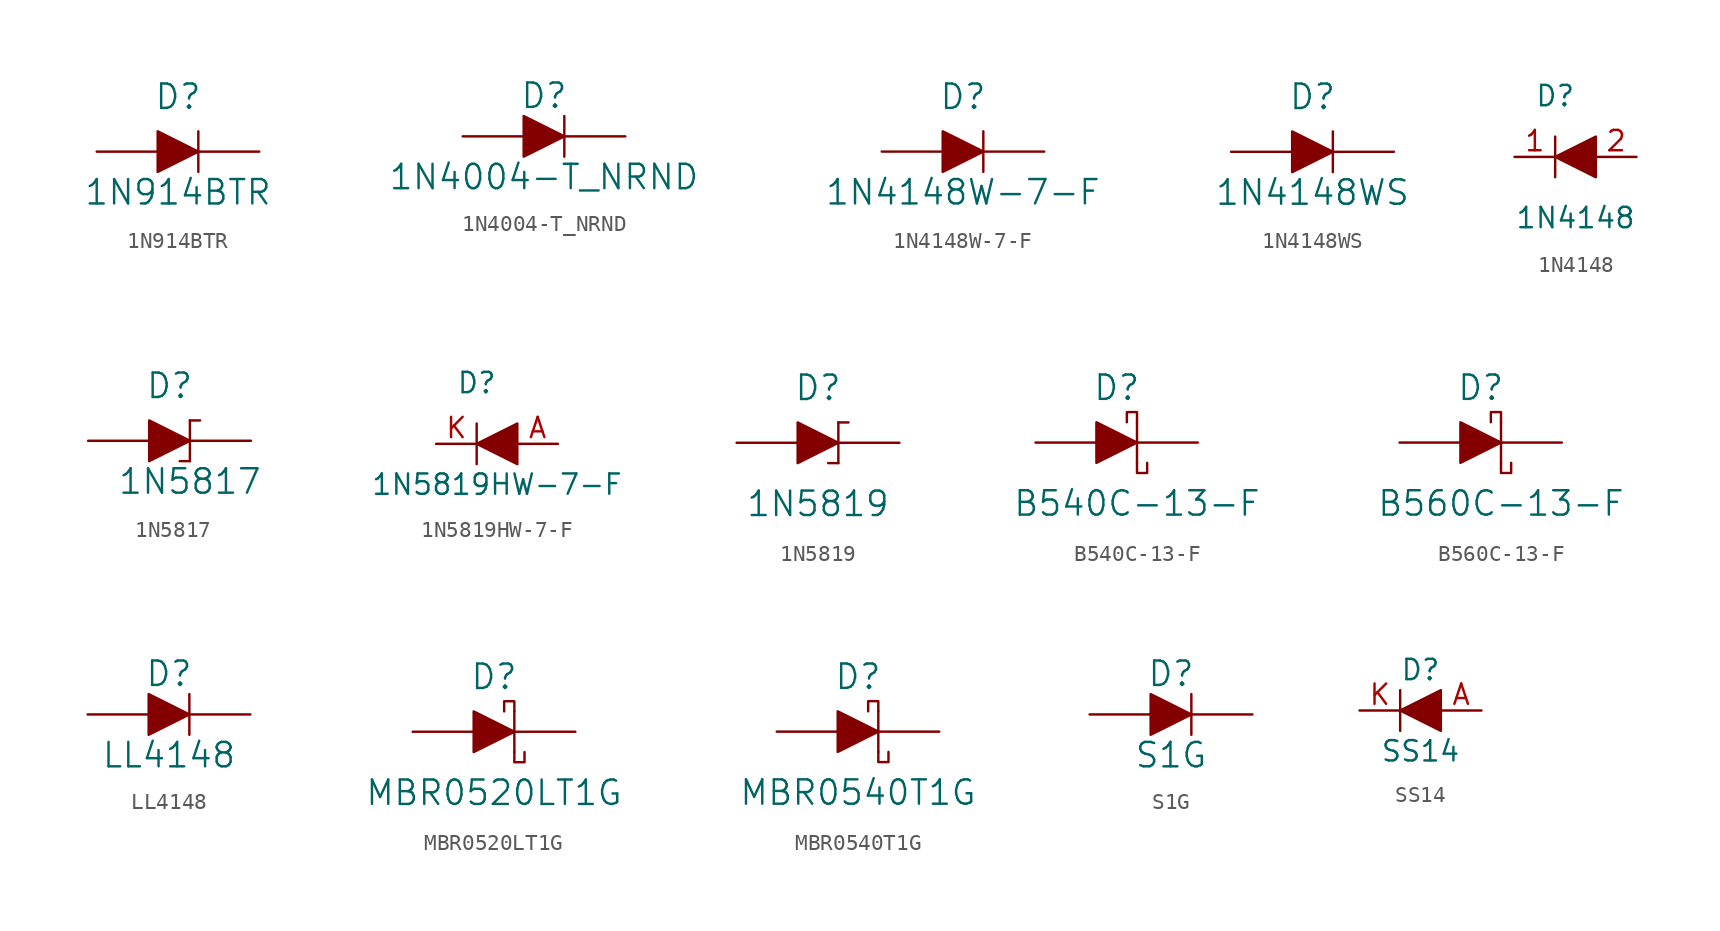
<source format=kicad_sym>
(kicad_symbol_lib
  (version 20201005)
  (generator kicad_symbol_editor)
  (symbol "1N914BTR"
    (pin_numbers hide)
    (pin_names
      (offset 0) hide)
    (property "Reference" "D"
      (at 0 2.54 0)
      (effects (font (size 1.524 1.524)) (justify bottom)))
    (property "Value" "1N914BTR"
      (at 0 -2.54 0)
      (effects (font (size 1.524 1.524))))
    (symbol "1N914BTR_0_1"
      (polyline (pts (xy 1.27 1.27) (xy 1.27 -1.27)) (stroke (width 0)) (fill (type none)))
      (polyline (pts (xy -1.27 1.27) (xy -1.27 -1.27) (xy 1.27 0) (xy -1.27 1.27)) (stroke (width 0)) (fill (type outline))))
    (symbol "1N914BTR_1_1"
      (pin passive line (at -5.08 0 0) (length 3.81) (name "~" (effects (font (size 1.27 1.27)))) (number "A" (effects (font (size 1.27 1.27)))))
      (pin passive line (at 5.08 0 180) (length 3.81) (name "~" (effects (font (size 1.27 1.27)))) (number "K" (effects (font (size 1.27 1.27)))))))
  (symbol "1N4004-T_NRND"
    (pin_numbers hide)
    (pin_names
      (offset 0) hide)
    (property "Reference" "D"
      (at 0 2.54 0)
      (effects (font (size 1.524 1.524))))
    (property "Value" "1N4004-T_NRND"
      (at 0 -2.54 0)
      (effects (font (size 1.524 1.524))))
    (symbol "1N4004-T_NRND_0_1"
      (polyline (pts (xy 1.27 1.27) (xy 1.27 -1.27)) (stroke (width 0)) (fill (type none)))
      (polyline (pts (xy -1.27 1.27) (xy -1.27 -1.27) (xy 1.27 0) (xy -1.27 1.27)) (stroke (width 0)) (fill (type outline))))
    (symbol "1N4004-T_NRND_1_1"
      (pin passive line (at -5.08 0 0) (length 3.81) (name "~" (effects (font (size 1.27 1.27)))) (number "A" (effects (font (size 1.27 1.27)))))
      (pin passive line (at 5.08 0 180) (length 3.81) (name "~" (effects (font (size 1.27 1.27)))) (number "K" (effects (font (size 1.27 1.27)))))))
  (symbol "1N4148W-7-F"
    (pin_numbers hide)
    (pin_names
      (offset 0) hide)
    (property "Reference" "D"
      (at 0 2.54 0)
      (effects (font (size 1.524 1.524)) (justify bottom)))
    (property "Value" "1N4148W-7-F"
      (at 0 -2.54 0)
      (effects (font (size 1.524 1.524))))
    (symbol "1N4148W-7-F_0_1"
      (polyline (pts (xy 1.27 1.27) (xy 1.27 -1.27)) (stroke (width 0)) (fill (type none)))
      (polyline (pts (xy -1.27 1.27) (xy -1.27 -1.27) (xy 1.27 0) (xy -1.27 1.27)) (stroke (width 0)) (fill (type outline))))
    (symbol "1N4148W-7-F_1_1"
      (pin passive line (at -5.08 0 0) (length 3.81) (name "~" (effects (font (size 1.27 1.27)))) (number "A" (effects (font (size 1.27 1.27)))))
      (pin passive line (at 5.08 0 180) (length 3.81) (name "~" (effects (font (size 1.27 1.27)))) (number "K" (effects (font (size 1.27 1.27)))))))
  (symbol "1N4148WS"
    (pin_numbers hide)
    (pin_names
      (offset 0) hide)
    (property "Reference" "D"
      (at 0 2.54 0)
      (effects (font (size 1.524 1.524)) (justify bottom)))
    (property "Value" "1N4148WS"
      (at 0 -2.54 0)
      (effects (font (size 1.524 1.524))))
    (symbol "1N4148WS_0_1"
      (polyline (pts (xy 1.27 1.27) (xy 1.27 -1.27)) (stroke (width 0)) (fill (type none)))
      (polyline (pts (xy -1.27 1.27) (xy -1.27 -1.27) (xy 1.27 0) (xy -1.27 1.27)) (stroke (width 0)) (fill (type outline))))
    (symbol "1N4148WS_1_1"
      (pin passive line (at -5.08 0 0) (length 3.81) (name "~" (effects (font (size 1.27 1.27)))) (number "A" (effects (font (size 1.27 1.27)))))
      (pin passive line (at 5.08 0 180) (length 3.81) (name "~" (effects (font (size 1.27 1.27)))) (number "K" (effects (font (size 1.27 1.27)))))))
  (symbol "1N4148"
    (pin_names
      (offset 1.016))
    (property "Reference" "D"
      (at 0 3.81 0)
      (effects (font (size 1.27 1.27))))
    (property "Value" "1N4148"
      (at 1.27 -3.81 0)
      (effects (font (size 1.27 1.27))))
    (symbol "1N4148_0_1"
      (polyline (pts (xy 0 0) (xy 2.54 0)) (stroke (width 0)) (fill (type none)))
      (polyline (pts (xy 0 1.27) (xy 0 -1.27)) (stroke (width 0)) (fill (type none)))
      (polyline (pts (xy 2.54 1.27) (xy 2.54 -1.27) (xy 0 0) (xy 2.54 1.27)) (stroke (width 0)) (fill (type outline))))
    (symbol "1N4148_1_1"
      (pin passive line (at -2.54 0 0) (length 2.54) (name "~" (effects (font (size 1.27 1.27)))) (number "1" (effects (font (size 1.27 1.27)))))
      (pin passive line (at 5.08 0 180) (length 2.54) (name "~" (effects (font (size 1.27 1.27)))) (number "2" (effects (font (size 1.27 1.27)))))))
  (symbol "1N5817"
    (pin_numbers hide)
    (pin_names
      (offset 0) hide)
    (property "Reference" "D"
      (at 0 2.54 0)
      (effects (font (size 1.524 1.524)) (justify bottom)))
    (property "Value" "1N5817"
      (at 1.27 -2.54 0)
      (effects (font (size 1.524 1.524))))
    (symbol "1N5817_0_1"
      (polyline (pts (xy 1.27 -1.27) (xy 0.635 -1.27)) (stroke (width 0)) (fill (type none)))
      (polyline (pts (xy 1.27 1.27) (xy 1.27 -1.27)) (stroke (width 0)) (fill (type none)))
      (polyline (pts (xy 1.27 1.27) (xy 1.905 1.27)) (stroke (width 0)) (fill (type none)))
      (polyline (pts (xy -1.27 1.27) (xy -1.27 -1.27) (xy 1.27 0) (xy -1.27 1.27)) (stroke (width 0)) (fill (type outline))))
    (symbol "1N5817_1_1"
      (pin passive line (at -5.08 0 0) (length 3.81) (name "~" (effects (font (size 1.27 1.27)))) (number "A" (effects (font (size 1.27 1.27)))))
      (pin passive line (at 5.08 0 180) (length 3.81) (name "~" (effects (font (size 1.27 1.27)))) (number "K" (effects (font (size 1.27 1.27)))))))
  (symbol "1N5819HW-7-F"
    (pin_names
      (offset 1.016))
    (property "Reference" "D"
      (at 0 3.81 0)
      (effects (font (size 1.27 1.27))))
    (property "Value" "1N5819HW-7-F"
      (at 1.27 -2.54 0)
      (effects (font (size 1.27 1.27))))
    (symbol "1N5819HW-7-F_0_1"
      (polyline (pts (xy 0 0) (xy 2.54 0)) (stroke (width 0)) (fill (type none)))
      (polyline (pts (xy 0 1.27) (xy 0 -1.27)) (stroke (width 0)) (fill (type none)))
      (polyline (pts (xy 2.54 1.27) (xy 2.54 -1.27) (xy 0 0) (xy 2.54 1.27)) (stroke (width 0)) (fill (type outline))))
    (symbol "1N5819HW-7-F_1_1"
      (pin passive line (at 5.08 0 180) (length 2.54) (name "~" (effects (font (size 1.27 1.27)))) (number "A" (effects (font (size 1.27 1.27)))))
      (pin passive line (at -2.54 0 0) (length 2.54) (name "~" (effects (font (size 1.27 1.27)))) (number "K" (effects (font (size 1.27 1.27)))))))
  (symbol "1N5819"
    (pin_numbers hide)
    (pin_names
      (offset 0) hide)
    (property "Reference" "D"
      (at 0 2.54 0)
      (effects (font (size 1.524 1.524)) (justify bottom)))
    (property "Value" "1N5819"
      (at 0 -3.81 0)
      (effects (font (size 1.524 1.524))))
    (symbol "1N5819_0_1"
      (polyline (pts (xy 1.27 -1.27) (xy 0.635 -1.27)) (stroke (width 0)) (fill (type none)))
      (polyline (pts (xy 1.27 1.27) (xy 1.27 -1.27)) (stroke (width 0)) (fill (type none)))
      (polyline (pts (xy 1.27 1.27) (xy 1.905 1.27)) (stroke (width 0)) (fill (type none)))
      (polyline (pts (xy -1.27 1.27) (xy -1.27 -1.27) (xy 1.27 0) (xy -1.27 1.27)) (stroke (width 0)) (fill (type outline))))
    (symbol "1N5819_1_1"
      (pin passive line (at -5.08 0 0) (length 3.81) (name "~" (effects (font (size 1.27 1.27)))) (number "A" (effects (font (size 1.27 1.27)))))
      (pin passive line (at 5.08 0 180) (length 3.81) (name "~" (effects (font (size 1.27 1.27)))) (number "K" (effects (font (size 1.27 1.27)))))))
  (symbol "B540C-13-F"
    (pin_numbers hide)
    (pin_names
      (offset 0) hide)
    (property "Reference" "D"
      (at 0 2.54 0)
      (effects (font (size 1.524 1.524)) (justify bottom)))
    (property "Value" "B540C-13-F"
      (at 1.27 -3.81 0)
      (effects (font (size 1.524 1.524))))
    (symbol "B540C-13-F_0_1"
      (polyline (pts (xy 1.27 1.27) (xy 1.27 -1.27)) (stroke (width 0)) (fill (type none)))
      (polyline (pts (xy -1.27 1.27) (xy -1.27 -1.27) (xy 1.27 0) (xy -1.27 1.27)) (stroke (width 0)) (fill (type outline)))
      (polyline (pts (xy 1.27 -1.27) (xy 1.27 -1.905) (xy 1.905 -1.905) (xy 1.905 -1.27)) (stroke (width 0)) (fill (type none)))
      (polyline (pts (xy 1.27 1.27) (xy 1.27 1.905) (xy 0.635 1.905) (xy 0.635 1.27)) (stroke (width 0)) (fill (type none))))
    (symbol "B540C-13-F_1_1"
      (pin passive line (at -5.08 0 0) (length 3.81) (name "~" (effects (font (size 1.27 1.27)))) (number "A" (effects (font (size 1.27 1.27)))))
      (pin passive line (at 5.08 0 180) (length 3.81) (name "~" (effects (font (size 1.27 1.27)))) (number "K" (effects (font (size 1.27 1.27)))))))
  (symbol "B560C-13-F"
    (pin_numbers hide)
    (pin_names
      (offset 0) hide)
    (property "Reference" "D"
      (at 0 2.54 0)
      (effects (font (size 1.524 1.524)) (justify bottom)))
    (property "Value" "B560C-13-F"
      (at 1.27 -3.81 0)
      (effects (font (size 1.524 1.524))))
    (symbol "B560C-13-F_0_1"
      (polyline (pts (xy 1.27 1.27) (xy 1.27 -1.27)) (stroke (width 0)) (fill (type none)))
      (polyline (pts (xy -1.27 1.27) (xy -1.27 -1.27) (xy 1.27 0) (xy -1.27 1.27)) (stroke (width 0)) (fill (type outline)))
      (polyline (pts (xy 1.27 -1.27) (xy 1.27 -1.905) (xy 1.905 -1.905) (xy 1.905 -1.27)) (stroke (width 0)) (fill (type none)))
      (polyline (pts (xy 1.27 1.27) (xy 1.27 1.905) (xy 0.635 1.905) (xy 0.635 1.27)) (stroke (width 0)) (fill (type none))))
    (symbol "B560C-13-F_1_1"
      (pin passive line (at -5.08 0 0) (length 3.81) (name "~" (effects (font (size 1.27 1.27)))) (number "A" (effects (font (size 1.27 1.27)))))
      (pin passive line (at 5.08 0 180) (length 3.81) (name "~" (effects (font (size 1.27 1.27)))) (number "K" (effects (font (size 1.27 1.27)))))))
  (symbol "LL4148"
    (pin_numbers hide)
    (pin_names
      (offset 0) hide)
    (property "Reference" "D"
      (at 0 2.54 0)
      (effects (font (size 1.524 1.524))))
    (property "Value" "LL4148"
      (at 0 -2.54 0)
      (effects (font (size 1.524 1.524))))
    (symbol "LL4148_0_1"
      (polyline (pts (xy 1.27 1.27) (xy 1.27 -1.27)) (stroke (width 0)) (fill (type none)))
      (polyline (pts (xy -1.27 1.27) (xy -1.27 -1.27) (xy 1.27 0) (xy -1.27 1.27)) (stroke (width 0)) (fill (type outline))))
    (symbol "LL4148_1_1"
      (pin passive line (at -5.08 0 0) (length 3.81) (name "~" (effects (font (size 1.27 1.27)))) (number "A" (effects (font (size 1.27 1.27)))))
      (pin passive line (at 5.08 0 180) (length 3.81) (name "~" (effects (font (size 1.27 1.27)))) (number "K" (effects (font (size 1.27 1.27)))))))
  (symbol "MBR0520LT1G"
    (pin_numbers hide)
    (pin_names
      (offset 0) hide)
    (property "Reference" "D"
      (at 0 2.54 0)
      (effects (font (size 1.524 1.524)) (justify bottom)))
    (property "Value" "MBR0520LT1G"
      (at 0 -3.81 0)
      (effects (font (size 1.524 1.524))))
    (symbol "MBR0520LT1G_0_1"
      (polyline (pts (xy 1.27 1.27) (xy 1.27 -1.27)) (stroke (width 0)) (fill (type none)))
      (polyline (pts (xy -1.27 1.27) (xy -1.27 -1.27) (xy 1.27 0) (xy -1.27 1.27)) (stroke (width 0)) (fill (type outline)))
      (polyline (pts (xy 1.27 -1.27) (xy 1.27 -1.905) (xy 1.905 -1.905) (xy 1.905 -1.27)) (stroke (width 0)) (fill (type none)))
      (polyline (pts (xy 1.27 1.27) (xy 1.27 1.905) (xy 0.635 1.905) (xy 0.635 1.27)) (stroke (width 0)) (fill (type none))))
    (symbol "MBR0520LT1G_1_1"
      (pin passive line (at -5.08 0 0) (length 3.81) (name "~" (effects (font (size 1.27 1.27)))) (number "A" (effects (font (size 1.27 1.27)))))
      (pin passive line (at 5.08 0 180) (length 3.81) (name "~" (effects (font (size 1.27 1.27)))) (number "K" (effects (font (size 1.27 1.27)))))))
  (symbol "MBR0540T1G"
    (pin_numbers hide)
    (pin_names
      (offset 0) hide)
    (property "Reference" "D"
      (at 0 2.54 0)
      (effects (font (size 1.524 1.524)) (justify bottom)))
    (property "Value" "MBR0540T1G"
      (at 0 -3.81 0)
      (effects (font (size 1.524 1.524))))
    (symbol "MBR0540T1G_0_1"
      (polyline (pts (xy 1.27 1.27) (xy 1.27 -1.27)) (stroke (width 0)) (fill (type none)))
      (polyline (pts (xy -1.27 1.27) (xy -1.27 -1.27) (xy 1.27 0) (xy -1.27 1.27)) (stroke (width 0)) (fill (type outline)))
      (polyline (pts (xy 1.27 -1.27) (xy 1.27 -1.905) (xy 1.905 -1.905) (xy 1.905 -1.27)) (stroke (width 0)) (fill (type none)))
      (polyline (pts (xy 1.27 1.27) (xy 1.27 1.905) (xy 0.635 1.905) (xy 0.635 1.27)) (stroke (width 0)) (fill (type none))))
    (symbol "MBR0540T1G_1_1"
      (pin passive line (at -5.08 0 0) (length 3.81) (name "~" (effects (font (size 1.27 1.27)))) (number "A" (effects (font (size 1.27 1.27)))))
      (pin passive line (at 5.08 0 180) (length 3.81) (name "~" (effects (font (size 1.27 1.27)))) (number "K" (effects (font (size 1.27 1.27)))))))
  (symbol "S1G"
    (pin_numbers hide)
    (pin_names
      (offset 0) hide)
    (property "Reference" "D"
      (at 0 2.54 0)
      (effects (font (size 1.524 1.524))))
    (property "Value" "S1G"
      (at 0 -2.54 0)
      (effects (font (size 1.524 1.524))))
    (symbol "S1G_0_1"
      (polyline (pts (xy 1.27 1.27) (xy 1.27 -1.27)) (stroke (width 0)) (fill (type none)))
      (polyline (pts (xy -1.27 1.27) (xy -1.27 -1.27) (xy 1.27 0) (xy -1.27 1.27)) (stroke (width 0)) (fill (type outline))))
    (symbol "S1G_1_1"
      (pin passive line (at -5.08 0 0) (length 3.81) (name "~" (effects (font (size 1.27 1.27)))) (number "A" (effects (font (size 1.27 1.27)))))
      (pin passive line (at 5.08 0 180) (length 3.81) (name "~" (effects (font (size 1.27 1.27)))) (number "K" (effects (font (size 1.27 1.27)))))))
  (symbol "SS14"
    (pin_names
      (offset 1.016))
    (property "Reference" "D"
      (at 1.27 2.54 0)
      (effects (font (size 1.27 1.27))))
    (property "Value" "SS14"
      (at 1.27 -2.54 0)
      (effects (font (size 1.27 1.27))))
    (symbol "SS14_0_1"
      (polyline (pts (xy 0 0) (xy 2.54 0)) (stroke (width 0)) (fill (type none)))
      (polyline (pts (xy 0 1.27) (xy 0 -1.27)) (stroke (width 0)) (fill (type none)))
      (polyline (pts (xy 2.54 1.27) (xy 2.54 -1.27) (xy 0 0) (xy 2.54 1.27)) (stroke (width 0)) (fill (type outline))))
    (symbol "SS14_1_1"
      (pin passive line (at 5.08 0 180) (length 2.54) (name "~" (effects (font (size 1.27 1.27)))) (number "A" (effects (font (size 1.27 1.27)))))
      (pin passive line (at -2.54 0 0) (length 2.54) (name "~" (effects (font (size 1.27 1.27)))) (number "K" (effects (font (size 1.27 1.27))))))))
</source>
